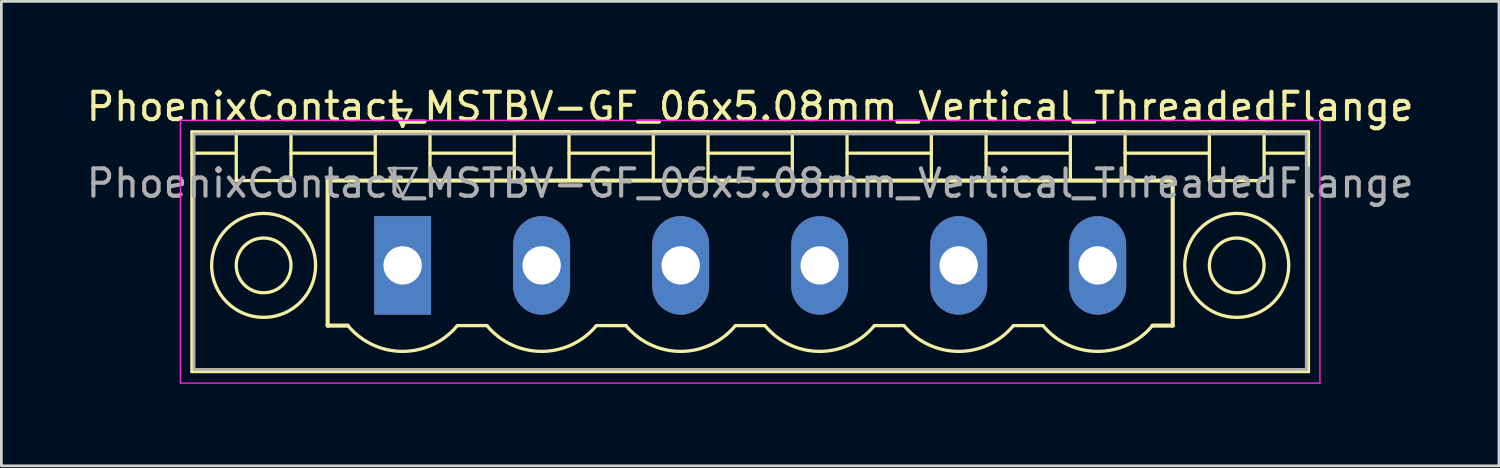
<source format=kicad_pcb>
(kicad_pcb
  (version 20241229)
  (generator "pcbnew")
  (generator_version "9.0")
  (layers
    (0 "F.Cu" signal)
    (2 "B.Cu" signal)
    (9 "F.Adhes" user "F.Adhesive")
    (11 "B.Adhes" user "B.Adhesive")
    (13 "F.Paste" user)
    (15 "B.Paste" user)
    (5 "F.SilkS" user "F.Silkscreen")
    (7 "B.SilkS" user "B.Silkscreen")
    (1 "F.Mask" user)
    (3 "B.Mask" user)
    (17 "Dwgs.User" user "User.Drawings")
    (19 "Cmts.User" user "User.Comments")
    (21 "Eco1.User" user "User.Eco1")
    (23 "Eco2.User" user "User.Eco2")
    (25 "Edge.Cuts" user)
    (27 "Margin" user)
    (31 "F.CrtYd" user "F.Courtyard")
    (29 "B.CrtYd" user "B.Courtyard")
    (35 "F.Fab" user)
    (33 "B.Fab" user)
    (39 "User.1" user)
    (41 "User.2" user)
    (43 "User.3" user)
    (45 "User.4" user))
  (footprint "PhoenixContact_MSTBV-GF_06x5.08mm_Vertical_ThreadedFlange"
    (layer "F.Cu")
    (at 11.663 6.648)
    (property "Reference" "PhoenixContact_MSTBV-GF_06x5.08mm_Vertical_ThreadedFlange" (at 12.7 -5.8 0) (layer "F.SilkS") (effects (font (size 1 1) (thickness 0.15))))
    (attr through_hole)
    (fp_line (start -7.7 -4.88) (end -7.7 3.88) (stroke (width 0.12) (type solid)) (layer "F.SilkS"))
    (fp_line (start -7.7 -4.1) (end -6.16 -4.1) (stroke (width 0.12) (type solid)) (layer "F.SilkS"))
    (fp_line (start -7.7 3.88) (end 33.1 3.88) (stroke (width 0.12) (type solid)) (layer "F.SilkS"))
    (fp_line (start -6.08 -4.88) (end -4.08 -4.88) (stroke (width 0.12) (type solid)) (layer "F.SilkS"))
    (fp_line (start -6.08 -3.1) (end -6.08 -4.88) (stroke (width 0.12) (type solid)) (layer "F.SilkS"))
    (fp_line (start -4.08 -4.88) (end -4.08 -3.1) (stroke (width 0.12) (type solid)) (layer "F.SilkS"))
    (fp_line (start -4.08 -4.1) (end -1 -4.1) (stroke (width 0.12) (type solid)) (layer "F.SilkS"))
    (fp_line (start -4.08 -3.1) (end -6.08 -3.1) (stroke (width 0.12) (type solid)) (layer "F.SilkS"))
    (fp_line (start -2.74 -3.1) (end 28.14 -3.1) (stroke (width 0.15) (type solid)) (layer "F.SilkS"))
    (fp_line (start -2.74 2.2) (end -2.74 -3.1) (stroke (width 0.15) (type solid)) (layer "F.SilkS"))
    (fp_line (start -2 2.2) (end -2.74 2.2) (stroke (width 0.15) (type solid)) (layer "F.SilkS"))
    (fp_line (start -1 -4.88) (end 1 -4.88) (stroke (width 0.12) (type solid)) (layer "F.SilkS"))
    (fp_line (start -1 -3.1) (end -1 -4.88) (stroke (width 0.12) (type solid)) (layer "F.SilkS"))
    (fp_line (start -0.3 -5.68) (end 0.3 -5.68) (stroke (width 0.12) (type solid)) (layer "F.SilkS"))
    (fp_line (start 0 -5.08) (end -0.3 -5.68) (stroke (width 0.12) (type solid)) (layer "F.SilkS"))
    (fp_line (start 0.3 -5.68) (end 0 -5.08) (stroke (width 0.12) (type solid)) (layer "F.SilkS"))
    (fp_line (start 1 -4.88) (end 1 -3.1) (stroke (width 0.12) (type solid)) (layer "F.SilkS"))
    (fp_line (start 1 -4.1) (end 4.08 -4.1) (stroke (width 0.12) (type solid)) (layer "F.SilkS"))
    (fp_line (start 1 -3.1) (end -1 -3.1) (stroke (width 0.12) (type solid)) (layer "F.SilkS"))
    (fp_line (start 2 2.2) (end 3.08 2.2) (stroke (width 0.12) (type solid)) (layer "F.SilkS"))
    (fp_line (start 4.08 -4.88) (end 6.08 -4.88) (stroke (width 0.12) (type solid)) (layer "F.SilkS"))
    (fp_line (start 4.08 -3.1) (end 4.08 -4.88) (stroke (width 0.12) (type solid)) (layer "F.SilkS"))
    (fp_line (start 6.08 -4.88) (end 6.08 -3.1) (stroke (width 0.12) (type solid)) (layer "F.SilkS"))
    (fp_line (start 6.08 -4.1) (end 9.16 -4.1) (stroke (width 0.12) (type solid)) (layer "F.SilkS"))
    (fp_line (start 6.08 -3.1) (end 4.08 -3.1) (stroke (width 0.12) (type solid)) (layer "F.SilkS"))
    (fp_line (start 7.08 2.2) (end 8.16 2.2) (stroke (width 0.12) (type solid)) (layer "F.SilkS"))
    (fp_line (start 9.16 -4.88) (end 11.16 -4.88) (stroke (width 0.12) (type solid)) (layer "F.SilkS"))
    (fp_line (start 9.16 -3.1) (end 9.16 -4.88) (stroke (width 0.12) (type solid)) (layer "F.SilkS"))
    (fp_line (start 11.16 -4.88) (end 11.16 -3.1) (stroke (width 0.12) (type solid)) (layer "F.SilkS"))
    (fp_line (start 11.16 -4.1) (end 14.24 -4.1) (stroke (width 0.12) (type solid)) (layer "F.SilkS"))
    (fp_line (start 11.16 -3.1) (end 9.16 -3.1) (stroke (width 0.12) (type solid)) (layer "F.SilkS"))
    (fp_line (start 12.16 2.2) (end 13.24 2.2) (stroke (width 0.12) (type solid)) (layer "F.SilkS"))
    (fp_line (start 14.24 -4.88) (end 16.24 -4.88) (stroke (width 0.12) (type solid)) (layer "F.SilkS"))
    (fp_line (start 14.24 -3.1) (end 14.24 -4.88) (stroke (width 0.12) (type solid)) (layer "F.SilkS"))
    (fp_line (start 16.24 -4.88) (end 16.24 -3.1) (stroke (width 0.12) (type solid)) (layer "F.SilkS"))
    (fp_line (start 16.24 -4.1) (end 19.32 -4.1) (stroke (width 0.12) (type solid)) (layer "F.SilkS"))
    (fp_line (start 16.24 -3.1) (end 14.24 -3.1) (stroke (width 0.12) (type solid)) (layer "F.SilkS"))
    (fp_line (start 17.24 2.2) (end 18.32 2.2) (stroke (width 0.12) (type solid)) (layer "F.SilkS"))
    (fp_line (start 19.32 -4.88) (end 21.32 -4.88) (stroke (width 0.12) (type solid)) (layer "F.SilkS"))
    (fp_line (start 19.32 -3.1) (end 19.32 -4.88) (stroke (width 0.12) (type solid)) (layer "F.SilkS"))
    (fp_line (start 21.32 -4.88) (end 21.32 -3.1) (stroke (width 0.12) (type solid)) (layer "F.SilkS"))
    (fp_line (start 21.32 -4.1) (end 24.4 -4.1) (stroke (width 0.12) (type solid)) (layer "F.SilkS"))
    (fp_line (start 21.32 -3.1) (end 19.32 -3.1) (stroke (width 0.12) (type solid)) (layer "F.SilkS"))
    (fp_line (start 22.32 2.2) (end 23.4 2.2) (stroke (width 0.12) (type solid)) (layer "F.SilkS"))
    (fp_line (start 24.4 -4.88) (end 26.4 -4.88) (stroke (width 0.12) (type solid)) (layer "F.SilkS"))
    (fp_line (start 24.4 -3.1) (end 24.4 -4.88) (stroke (width 0.12) (type solid)) (layer "F.SilkS"))
    (fp_line (start 26.4 -4.88) (end 26.4 -3.1) (stroke (width 0.12) (type solid)) (layer "F.SilkS"))
    (fp_line (start 26.4 -4.1) (end 29.48 -4.1) (stroke (width 0.12) (type solid)) (layer "F.SilkS"))
    (fp_line (start 26.4 -3.1) (end 24.4 -3.1) (stroke (width 0.12) (type solid)) (layer "F.SilkS"))
    (fp_line (start 28.14 -3.1) (end 28.14 2.2) (stroke (width 0.15) (type solid)) (layer "F.SilkS"))
    (fp_line (start 28.14 2.2) (end 27.4 2.2) (stroke (width 0.15) (type solid)) (layer "F.SilkS"))
    (fp_line (start 29.48 -4.88) (end 31.48 -4.88) (stroke (width 0.12) (type solid)) (layer "F.SilkS"))
    (fp_line (start 29.48 -3.1) (end 29.48 -4.88) (stroke (width 0.12) (type solid)) (layer "F.SilkS"))
    (fp_line (start 31.48 -4.88) (end 31.48 -3.1) (stroke (width 0.12) (type solid)) (layer "F.SilkS"))
    (fp_line (start 31.48 -3.1) (end 29.48 -3.1) (stroke (width 0.12) (type solid)) (layer "F.SilkS"))
    (fp_line (start 33.1 -4.88) (end -7.7 -4.88) (stroke (width 0.12) (type solid)) (layer "F.SilkS"))
    (fp_line (start 33.1 -4.1) (end 31.56 -4.1) (stroke (width 0.12) (type solid)) (layer "F.SilkS"))
    (fp_line (start 33.1 3.88) (end 33.1 -4.88) (stroke (width 0.12) (type solid)) (layer "F.SilkS"))
    (fp_arc (start 1.986842 2.215821) (mid -0.010289 3.142758) (end -2 2.2) (stroke (width 0.12) (type solid)) (layer "F.SilkS"))
    (fp_arc (start 7.066842 2.215821) (mid 5.069711 3.142758) (end 3.08 2.2) (stroke (width 0.12) (type solid)) (layer "F.SilkS"))
    (fp_arc (start 12.146842 2.215821) (mid 10.149711 3.142758) (end 8.16 2.2) (stroke (width 0.12) (type solid)) (layer "F.SilkS"))
    (fp_arc (start 17.226842 2.215821) (mid 15.229711 3.142758) (end 13.24 2.2) (stroke (width 0.12) (type solid)) (layer "F.SilkS"))
    (fp_arc (start 22.306842 2.215821) (mid 20.309711 3.142758) (end 18.32 2.2) (stroke (width 0.12) (type solid)) (layer "F.SilkS"))
    (fp_arc (start 27.386842 2.215821) (mid 25.389711 3.142758) (end 23.4 2.2) (stroke (width 0.12) (type solid)) (layer "F.SilkS"))
    (fp_circle (center -5.08 0) (end -4.08 0) (stroke (width 0.12) (type solid)) (fill no) (layer "F.SilkS"))
    (fp_circle (center -5.08 0) (end -3.18 0) (stroke (width 0.12) (type solid)) (fill no) (layer "F.SilkS"))
    (fp_circle (center 30.48 0) (end 31.48 0) (stroke (width 0.12) (type solid)) (fill no) (layer "F.SilkS"))
    (fp_circle (center 30.48 0) (end 32.38 0) (stroke (width 0.12) (type solid)) (fill no) (layer "F.SilkS"))
    (fp_line (start -8.12 -5.3) (end -8.12 4.3) (stroke (width 0.05) (type solid)) (layer "F.CrtYd"))
    (fp_line (start -8.12 4.3) (end 33.52 4.3) (stroke (width 0.05) (type solid)) (layer "F.CrtYd"))
    (fp_line (start 33.52 -5.3) (end -8.12 -5.3) (stroke (width 0.05) (type solid)) (layer "F.CrtYd"))
    (fp_line (start 33.52 4.3) (end 33.52 -5.3) (stroke (width 0.05) (type solid)) (layer "F.CrtYd"))
    (fp_line (start -7.62 -4.8) (end -7.62 3.8) (stroke (width 0.1) (type solid)) (layer "F.Fab"))
    (fp_line (start -7.62 3.8) (end 33.02 3.8) (stroke (width 0.1) (type solid)) (layer "F.Fab"))
    (fp_line (start -0.5 -3.55) (end 0.5 -3.55) (stroke (width 0.1) (type solid)) (layer "F.Fab"))
    (fp_line (start 0 -2.55) (end -0.5 -3.55) (stroke (width 0.1) (type solid)) (layer "F.Fab"))
    (fp_line (start 0.5 -3.55) (end 0 -2.55) (stroke (width 0.1) (type solid)) (layer "F.Fab"))
    (fp_line (start 33.02 -4.8) (end -7.62 -4.8) (stroke (width 0.1) (type solid)) (layer "F.Fab"))
    (fp_line (start 33.02 3.8) (end 33.02 -4.8) (stroke (width 0.1) (type solid)) (layer "F.Fab"))
    (fp_text user "${REFERENCE}" (at 12.7 -3 0) (layer "F.Fab") (effects (font (size 1 1) (thickness 0.15))))
    (pad "1" thru_hole rect (at 0 0) (size 2.08 3.6) (drill 1.4) (layers "*.Cu" "*.Mask"))
    (pad "2" thru_hole oval (at 5.08 0) (size 2.08 3.6) (drill 1.4) (layers "*.Cu" "*.Mask"))
    (pad "3" thru_hole oval (at 10.16 0) (size 2.08 3.6) (drill 1.4) (layers "*.Cu" "*.Mask"))
    (pad "4" thru_hole oval (at 15.24 0) (size 2.08 3.6) (drill 1.4) (layers "*.Cu" "*.Mask"))
    (pad "5" thru_hole oval (at 20.32 0) (size 2.08 3.6) (drill 1.4) (layers "*.Cu" "*.Mask"))
    (pad "6" thru_hole oval (at 25.4 0) (size 2.08 3.6) (drill 1.4) (layers "*.Cu" "*.Mask")))
  (gr_rect
    (start -3 -3)
    (end 51.726 13.973)
    (stroke (width 0.1) (type default))
    (fill no)
    (layer "Edge.Cuts")))
</source>
